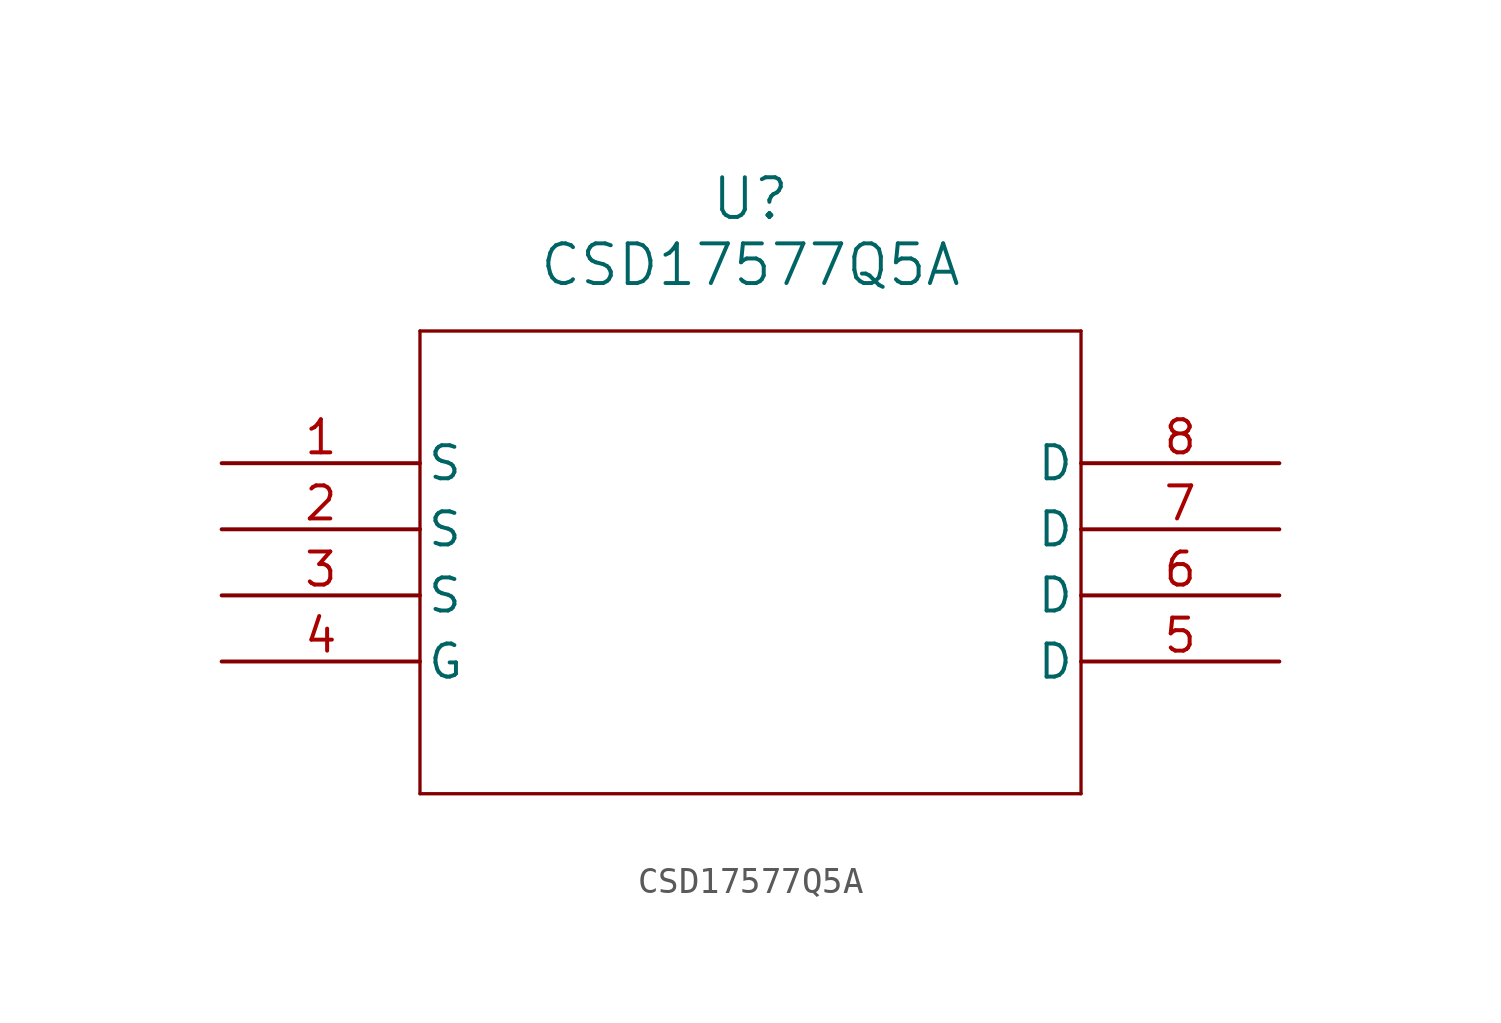
<source format=kicad_sym>
(kicad_symbol_lib
  (version 20241209)
  (generator "kicad_symbol_editor")
  (generator_version "9.0")
  (symbol "CSD17577Q5A"
    (pin_names
      (offset 0.254))
    (property "Reference" "U"
      (at 20.32 10.16 0)
      (effects (font (size 1.524 1.524))))
    (property "Value" "CSD17577Q5A"
      (at 20.32 7.62 0)
      (effects (font (size 1.524 1.524))))
    (property "ki_locked" ""
      (at 0 0 0)
      (effects (font (size 1.27 1.27))))
    (symbol "CSD17577Q5A_0_1"
      (polyline (pts (xy 7.62 5.08) (xy 7.62 -12.7)) (stroke (width 0.127) (type default)) (fill (type none)))
      (polyline (pts (xy 7.62 -12.7) (xy 33.02 -12.7)) (stroke (width 0.127) (type default)) (fill (type none)))
      (polyline (pts (xy 33.02 5.08) (xy 7.62 5.08)) (stroke (width 0.127) (type default)) (fill (type none)))
      (polyline (pts (xy 33.02 -12.7) (xy 33.02 5.08)) (stroke (width 0.127) (type default)) (fill (type none)))
      (pin input line (at 0 0 0) (length 7.62) (name "S" (effects (font (size 1.27 1.27)))) (number "1" (effects (font (size 1.27 1.27)))))
      (pin passive line (at 0 -2.54 0) (length 7.62) (name "S" (effects (font (size 1.27 1.27)))) (number "2" (effects (font (size 1.27 1.27)))))
      (pin passive line (at 0 -5.08 0) (length 7.62) (name "S" (effects (font (size 1.27 1.27)))) (number "3" (effects (font (size 1.27 1.27)))))
      (pin passive line (at 0 -7.62 0) (length 7.62) (name "G" (effects (font (size 1.27 1.27)))) (number "4" (effects (font (size 1.27 1.27)))))
      (pin passive line (at 40.64 0 180) (length 7.62) (name "D" (effects (font (size 1.27 1.27)))) (number "8" (effects (font (size 1.27 1.27)))))
      (pin passive line (at 40.64 -2.54 180) (length 7.62) (name "D" (effects (font (size 1.27 1.27)))) (number "7" (effects (font (size 1.27 1.27)))))
      (pin passive line (at 40.64 -5.08 180) (length 7.62) (name "D" (effects (font (size 1.27 1.27)))) (number "6" (effects (font (size 1.27 1.27)))))
      (pin passive line (at 40.64 -7.62 180) (length 7.62) (name "D" (effects (font (size 1.27 1.27)))) (number "5" (effects (font (size 1.27 1.27))))))))
</source>
